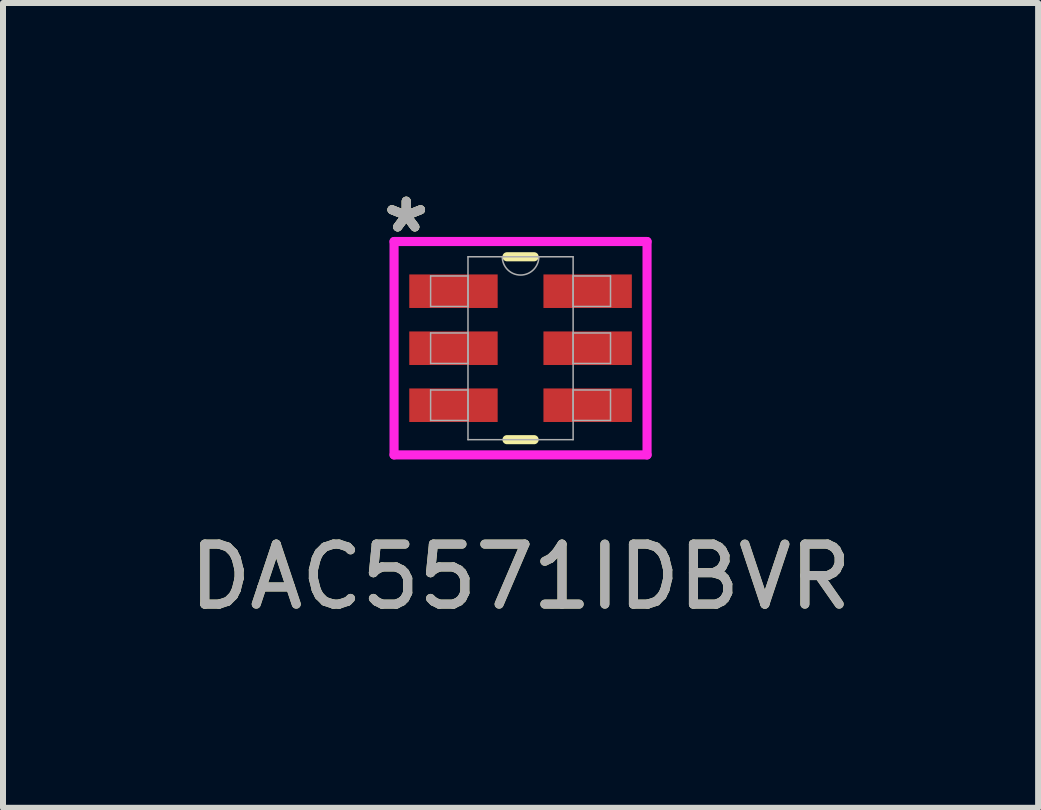
<source format=kicad_pcb>
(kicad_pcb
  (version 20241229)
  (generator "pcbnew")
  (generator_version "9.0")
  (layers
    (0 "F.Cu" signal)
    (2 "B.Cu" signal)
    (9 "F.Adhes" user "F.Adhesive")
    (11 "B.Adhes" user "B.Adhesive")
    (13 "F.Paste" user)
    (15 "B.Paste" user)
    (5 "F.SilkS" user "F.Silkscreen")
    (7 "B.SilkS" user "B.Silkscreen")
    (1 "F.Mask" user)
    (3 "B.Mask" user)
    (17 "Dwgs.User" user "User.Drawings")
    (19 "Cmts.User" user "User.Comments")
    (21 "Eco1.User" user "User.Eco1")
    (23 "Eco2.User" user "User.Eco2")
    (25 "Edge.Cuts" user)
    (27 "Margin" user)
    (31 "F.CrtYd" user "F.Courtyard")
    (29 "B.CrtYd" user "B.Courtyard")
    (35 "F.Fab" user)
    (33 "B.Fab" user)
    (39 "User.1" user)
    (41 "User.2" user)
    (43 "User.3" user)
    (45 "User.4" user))
  (footprint "DAC5571IDBVR"
    (layer "F.Cu")
    (at 5.625 2.753)
    (property "Reference" "DAC5571IDBVR" (at 0 3.81 0) (unlocked yes) (layer "F.SilkS") (effects (font (size 1 1) (thickness 0.15))))
    (attr smd)
    (fp_line (start -0.226 1.524) (end 0.226 1.524) (stroke (width 0.152) (type solid)) (layer "F.SilkS"))
    (fp_line (start 0.226 -1.524) (end -0.226 -1.524) (stroke (width 0.152) (type solid)) (layer "F.SilkS"))
    (fp_line (start -2.108 -1.778) (end 2.108 -1.778) (stroke (width 0.152) (type solid)) (layer "F.CrtYd"))
    (fp_line (start -2.108 1.778) (end -2.108 -1.778) (stroke (width 0.152) (type solid)) (layer "F.CrtYd"))
    (fp_line (start 2.108 -1.778) (end 2.108 1.778) (stroke (width 0.152) (type solid)) (layer "F.CrtYd"))
    (fp_line (start 2.108 1.778) (end -2.108 1.778) (stroke (width 0.152) (type solid)) (layer "F.CrtYd"))
    (fp_line (start -1.499 -1.204) (end -1.499 -0.696) (stroke (width 0.025) (type solid)) (layer "F.Fab"))
    (fp_line (start -1.499 -0.696) (end -0.876 -0.696) (stroke (width 0.025) (type solid)) (layer "F.Fab"))
    (fp_line (start -1.499 -0.254) (end -1.499 0.254) (stroke (width 0.025) (type solid)) (layer "F.Fab"))
    (fp_line (start -1.499 0.254) (end -0.876 0.254) (stroke (width 0.025) (type solid)) (layer "F.Fab"))
    (fp_line (start -1.499 0.696) (end -1.499 1.204) (stroke (width 0.025) (type solid)) (layer "F.Fab"))
    (fp_line (start -1.499 1.204) (end -0.876 1.204) (stroke (width 0.025) (type solid)) (layer "F.Fab"))
    (fp_line (start -0.876 -1.524) (end -0.876 1.524) (stroke (width 0.025) (type solid)) (layer "F.Fab"))
    (fp_line (start -0.876 -1.204) (end -1.499 -1.204) (stroke (width 0.025) (type solid)) (layer "F.Fab"))
    (fp_line (start -0.876 -0.696) (end -0.876 -1.204) (stroke (width 0.025) (type solid)) (layer "F.Fab"))
    (fp_line (start -0.876 -0.254) (end -1.499 -0.254) (stroke (width 0.025) (type solid)) (layer "F.Fab"))
    (fp_line (start -0.876 0.254) (end -0.876 -0.254) (stroke (width 0.025) (type solid)) (layer "F.Fab"))
    (fp_line (start -0.876 0.696) (end -1.499 0.696) (stroke (width 0.025) (type solid)) (layer "F.Fab"))
    (fp_line (start -0.876 1.204) (end -0.876 0.696) (stroke (width 0.025) (type solid)) (layer "F.Fab"))
    (fp_line (start -0.876 1.524) (end 0.876 1.524) (stroke (width 0.025) (type solid)) (layer "F.Fab"))
    (fp_line (start 0.876 -1.524) (end -0.876 -1.524) (stroke (width 0.025) (type solid)) (layer "F.Fab"))
    (fp_line (start 0.876 -1.204) (end 0.876 -0.696) (stroke (width 0.025) (type solid)) (layer "F.Fab"))
    (fp_line (start 0.876 -0.696) (end 1.499 -0.696) (stroke (width 0.025) (type solid)) (layer "F.Fab"))
    (fp_line (start 0.876 -0.254) (end 0.876 0.254) (stroke (width 0.025) (type solid)) (layer "F.Fab"))
    (fp_line (start 0.876 0.254) (end 1.499 0.254) (stroke (width 0.025) (type solid)) (layer "F.Fab"))
    (fp_line (start 0.876 0.696) (end 0.876 1.204) (stroke (width 0.025) (type solid)) (layer "F.Fab"))
    (fp_line (start 0.876 1.204) (end 1.499 1.204) (stroke (width 0.025) (type solid)) (layer "F.Fab"))
    (fp_line (start 0.876 1.524) (end 0.876 -1.524) (stroke (width 0.025) (type solid)) (layer "F.Fab"))
    (fp_line (start 1.499 -1.204) (end 0.876 -1.204) (stroke (width 0.025) (type solid)) (layer "F.Fab"))
    (fp_line (start 1.499 -0.696) (end 1.499 -1.204) (stroke (width 0.025) (type solid)) (layer "F.Fab"))
    (fp_line (start 1.499 -0.254) (end 0.876 -0.254) (stroke (width 0.025) (type solid)) (layer "F.Fab"))
    (fp_line (start 1.499 0.254) (end 1.499 -0.254) (stroke (width 0.025) (type solid)) (layer "F.Fab"))
    (fp_line (start 1.499 0.696) (end 0.876 0.696) (stroke (width 0.025) (type solid)) (layer "F.Fab"))
    (fp_line (start 1.499 1.204) (end 1.499 0.696) (stroke (width 0.025) (type solid)) (layer "F.Fab"))
    (fp_arc (start 0.3048 -1.524) (mid 0 -1.2192) (end -0.3048 -1.524) (stroke (width 0.0254) (type solid)) (layer "F.Fab"))
    (fp_text user "*" (at -1.905 -1.905 0) (layer "F.SilkS") (effects (font (size 1 1) (thickness 0.15))))
    (fp_text user "*" (at -1.905 -1.905 0) (unlocked yes) (layer "F.SilkS") (effects (font (size 1 1) (thickness 0.15))))
    (fp_text user "*" (at -1.905 -1.905 0) (unlocked yes) (layer "F.Fab") (effects (font (size 1 1) (thickness 0.15))))
    (fp_text user "*" (at -1.905 -1.905 0) (layer "F.Fab") (effects (font (size 1 1) (thickness 0.15))))
    (fp_text user "${REFERENCE}" (at 0 3.81 0) (unlocked yes) (layer "F.Fab") (effects (font (size 1 1) (thickness 0.15))))
    (pad "1" smd rect (at -1.118 -0.95) (size 1.473 0.559) (layers "F.Cu" "F.Mask" "F.Paste"))
    (pad "2" smd rect (at -1.118 0) (size 1.473 0.559) (layers "F.Cu" "F.Mask" "F.Paste"))
    (pad "3" smd rect (at -1.118 0.95) (size 1.473 0.559) (layers "F.Cu" "F.Mask" "F.Paste"))
    (pad "4" smd rect (at 1.118 0.95) (size 1.473 0.559) (layers "F.Cu" "F.Mask" "F.Paste"))
    (pad "5" smd rect (at 1.118 0) (size 1.473 0.559) (layers "F.Cu" "F.Mask" "F.Paste"))
    (pad "6" smd rect (at 1.118 -0.95) (size 1.473 0.559) (layers "F.Cu" "F.Mask" "F.Paste")))
  (gr_rect
    (start -3 -3)
    (end 14.25 10.412)
    (stroke (width 0.1) (type default))
    (fill no)
    (layer "Edge.Cuts")))
</source>
